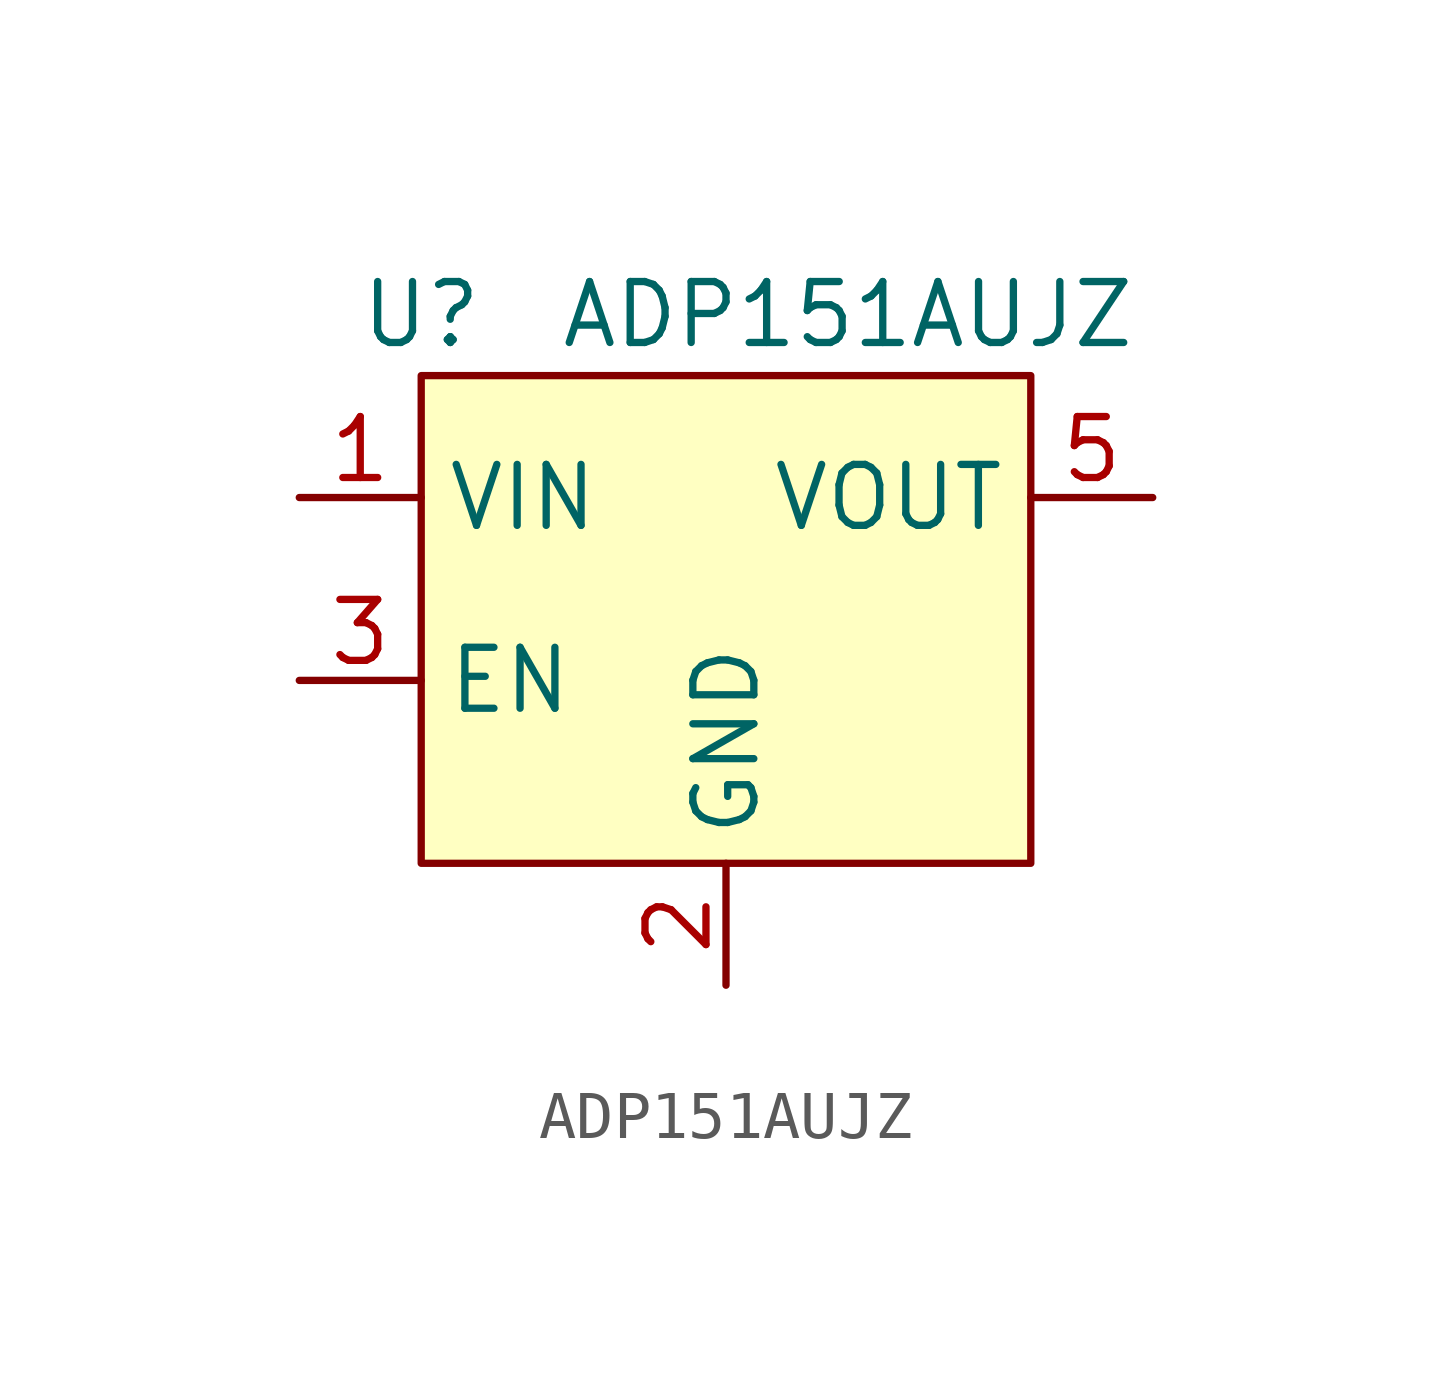
<source format=kicad_sym>
(kicad_symbol_lib
  (version 20211014)
  (generator kicad_symbol_editor)
  (symbol "ADP151AUJZ"
    (property "Reference" "U"
      (at -6.35 6.35 0)
      (effects (font (size 1.27 1.27))))
    (property "Value" "ADP151AUJZ"
      (at 2.54 6.35 0)
      (effects (font (size 1.27 1.27))))
    (symbol "ADP151AUJZ_0_1"
      (rectangle (start -6.35 5.08) (end 6.35 -5.08) (stroke (width 0) (type default) (color 0 0 0 0)) (fill (type background))))
    (symbol "ADP151AUJZ_1_1"
      (pin input line (at -8.89 2.54 0) (length 2.54) (name "VIN" (effects (font (size 1.27 1.27)))) (number "1" (effects (font (size 1.27 1.27)))))
      (pin passive line (at 0 -7.62 90) (length 2.54) (name "GND" (effects (font (size 1.27 1.27)))) (number "2" (effects (font (size 1.27 1.27)))))
      (pin passive line (at -8.89 -1.27 0) (length 2.54) (name "EN" (effects (font (size 1.27 1.27)))) (number "3" (effects (font (size 1.27 1.27)))))
      (pin no_connect line (at 0 5.08 270) (length 0) hide (name "NC" (effects (font (size 1.27 1.27)))) (number "4" (effects (font (size 1.27 1.27)))))
      (pin power_out line (at 8.89 2.54 180) (length 2.54) (name "VOUT" (effects (font (size 1.27 1.27)))) (number "5" (effects (font (size 1.27 1.27))))))))
</source>
